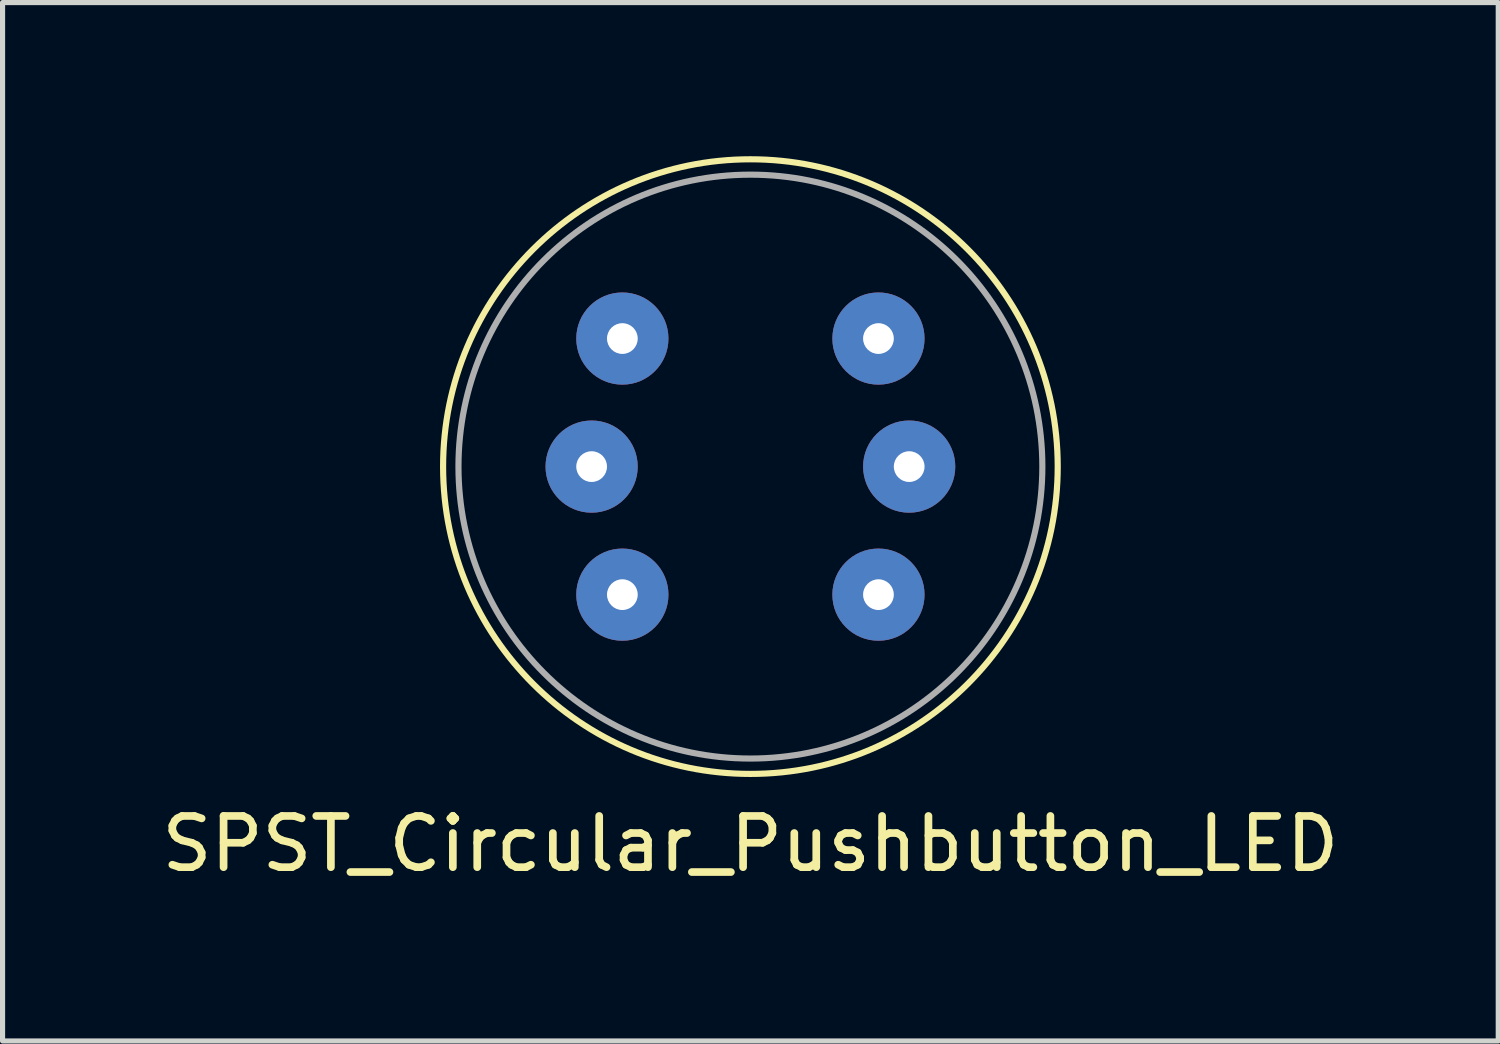
<source format=kicad_pcb>
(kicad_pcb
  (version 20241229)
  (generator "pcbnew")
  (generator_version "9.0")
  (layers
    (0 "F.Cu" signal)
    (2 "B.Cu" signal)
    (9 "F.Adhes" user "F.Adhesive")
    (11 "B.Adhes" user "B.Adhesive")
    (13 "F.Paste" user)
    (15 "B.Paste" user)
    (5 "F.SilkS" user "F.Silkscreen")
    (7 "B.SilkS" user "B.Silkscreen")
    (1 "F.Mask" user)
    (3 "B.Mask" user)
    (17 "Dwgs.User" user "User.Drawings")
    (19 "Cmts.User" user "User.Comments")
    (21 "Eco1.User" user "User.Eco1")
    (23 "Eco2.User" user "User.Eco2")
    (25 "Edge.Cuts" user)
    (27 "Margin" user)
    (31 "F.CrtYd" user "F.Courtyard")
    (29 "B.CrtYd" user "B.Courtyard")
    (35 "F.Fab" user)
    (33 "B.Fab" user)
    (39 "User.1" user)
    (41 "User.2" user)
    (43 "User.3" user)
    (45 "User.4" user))
  (footprint "SPST_Circular_Pushbutton_LED"
    (layer "F.Cu")
    (at 11.601 6.06)
    (property "Reference" "SPST_Circular_Pushbutton_LED" (at 0 7.366 0) (layer "F.SilkS") (effects (font (size 1 1) (thickness 0.15))))
    (attr through_hole)
    (fp_circle (center 0 0) (end 6 0) (stroke (width 0.12) (type solid)) (fill no) (layer "F.SilkS"))
    (fp_circle (center 0 0) (end 5.7 0) (stroke (width 0.12) (type solid)) (fill no) (layer "F.Fab"))
    (pad "1" thru_hole circle (at -2.5 -2.5) (size 1.8 1.8) (drill 0.6) (layers "*.Cu" "*.Mask"))
    (pad "2" thru_hole circle (at 2.5 -2.5) (size 1.8 1.8) (drill 0.6) (layers "*.Cu" "*.Mask"))
    (pad "3" thru_hole circle (at -2.5 2.5) (size 1.8 1.8) (drill 0.6) (layers "*.Cu" "*.Mask"))
    (pad "4" thru_hole circle (at 2.5 2.5) (size 1.8 1.8) (drill 0.6) (layers "*.Cu" "*.Mask"))
    (pad "L1" thru_hole circle (at -3.1 0) (size 1.8 1.8) (drill 0.6) (layers "*.Cu" "*.Mask"))
    (pad "L2" thru_hole circle (at 3.1 0) (size 1.8 1.8) (drill 0.6) (layers "*.Cu" "*.Mask")))
  (gr_rect
    (start -3 -3)
    (end 26.202 17.274)
    (stroke (width 0.1) (type default))
    (fill no)
    (layer "Edge.Cuts")))
</source>
